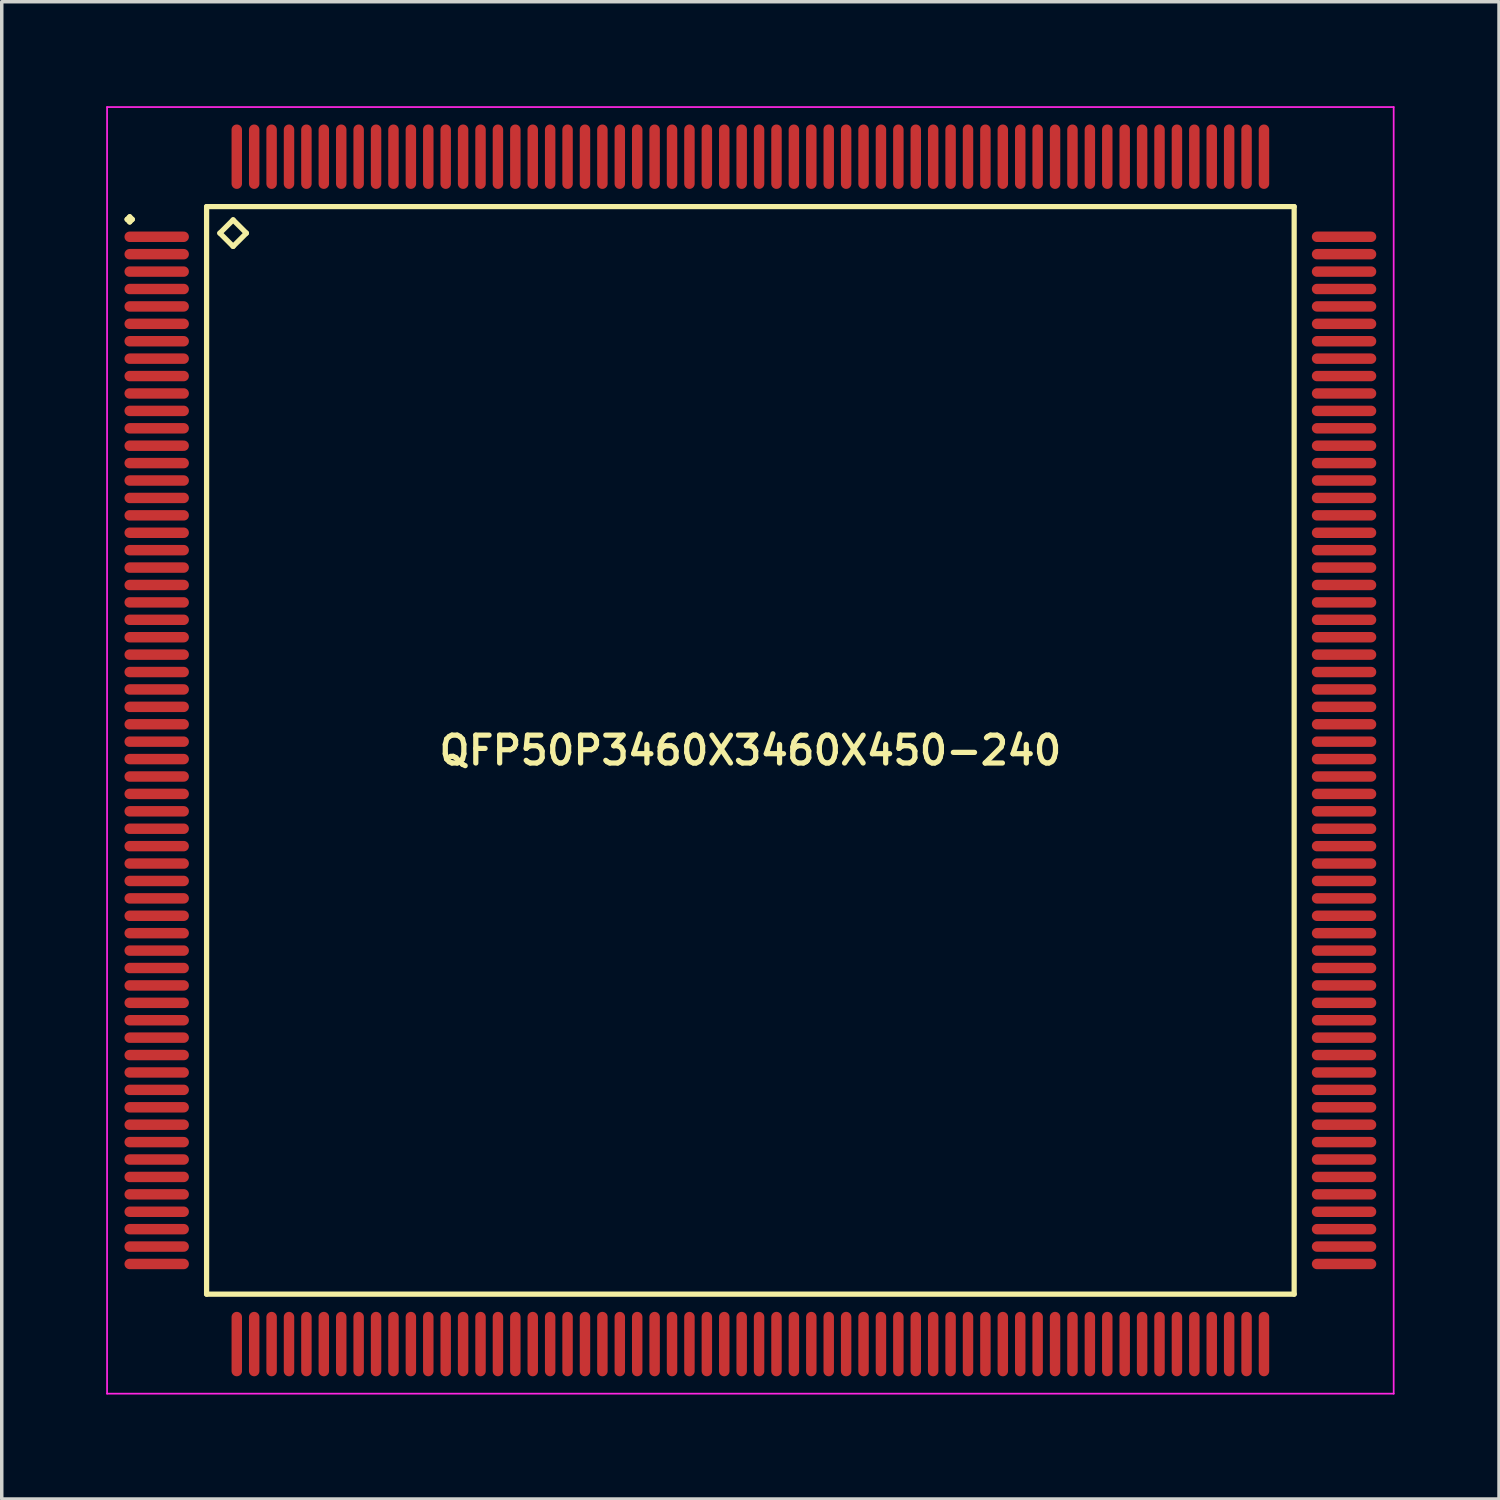
<source format=kicad_pcb>
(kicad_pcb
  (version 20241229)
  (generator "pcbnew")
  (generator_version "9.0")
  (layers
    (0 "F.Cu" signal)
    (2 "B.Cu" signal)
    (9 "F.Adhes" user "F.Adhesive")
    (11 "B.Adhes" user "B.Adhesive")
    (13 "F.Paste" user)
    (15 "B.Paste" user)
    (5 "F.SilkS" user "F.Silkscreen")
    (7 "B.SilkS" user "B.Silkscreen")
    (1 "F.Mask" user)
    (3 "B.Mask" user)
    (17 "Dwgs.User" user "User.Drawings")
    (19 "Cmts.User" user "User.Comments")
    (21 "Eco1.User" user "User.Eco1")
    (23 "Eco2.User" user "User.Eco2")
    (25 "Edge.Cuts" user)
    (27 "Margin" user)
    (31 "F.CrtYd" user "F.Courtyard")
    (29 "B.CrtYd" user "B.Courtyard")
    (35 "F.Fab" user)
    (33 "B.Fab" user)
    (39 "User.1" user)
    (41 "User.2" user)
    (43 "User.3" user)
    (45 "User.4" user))
  (footprint "QFP50P3460X3460X450-240"
    (layer "F.Cu")
    (at 18.5 18.5)
    (property "Reference" "QFP50P3460X3460X450-240" (at 0 0 0) (layer "F.SilkS") (effects (font (size 0.8 0.8) (thickness 0.15))))
    (attr smd)
    (fp_line (start -17.9 -15.25) (end -17.825 -15.325) (stroke (width 0.15) (type solid)) (layer "F.SilkS"))
    (fp_line (start -17.825 -15.325) (end -17.75 -15.25) (stroke (width 0.15) (type solid)) (layer "F.SilkS"))
    (fp_line (start -17.825 -15.175) (end -17.9 -15.25) (stroke (width 0.15) (type solid)) (layer "F.SilkS"))
    (fp_line (start -17.75 -15.25) (end -17.825 -15.175) (stroke (width 0.15) (type solid)) (layer "F.SilkS"))
    (fp_line (start -15.617 -15.617) (end -15.617 15.617) (stroke (width 0.15) (type solid)) (layer "F.SilkS"))
    (fp_line (start -15.617 15.617) (end 15.617 15.617) (stroke (width 0.15) (type solid)) (layer "F.SilkS"))
    (fp_line (start -15.236 -14.855) (end -14.855 -15.236) (stroke (width 0.15) (type solid)) (layer "F.SilkS"))
    (fp_line (start -14.855 -15.236) (end -14.474 -14.855) (stroke (width 0.15) (type solid)) (layer "F.SilkS"))
    (fp_line (start -14.855 -14.474) (end -15.236 -14.855) (stroke (width 0.15) (type solid)) (layer "F.SilkS"))
    (fp_line (start -14.474 -14.855) (end -14.855 -14.474) (stroke (width 0.15) (type solid)) (layer "F.SilkS"))
    (fp_line (start 15.617 -15.617) (end -15.617 -15.617) (stroke (width 0.15) (type solid)) (layer "F.SilkS"))
    (fp_line (start 15.617 15.617) (end 15.617 -15.617) (stroke (width 0.15) (type solid)) (layer "F.SilkS"))
    (fp_line (start -18.475 -18.475) (end 18.475 -18.475) (stroke (width 0.05) (type solid)) (layer "F.CrtYd"))
    (fp_line (start -18.475 18.475) (end -18.475 -18.475) (stroke (width 0.05) (type solid)) (layer "F.CrtYd"))
    (fp_line (start 18.475 -18.475) (end 18.475 18.475) (stroke (width 0.05) (type solid)) (layer "F.CrtYd"))
    (fp_line (start 18.475 18.475) (end -18.475 18.475) (stroke (width 0.05) (type solid)) (layer "F.CrtYd"))
    (pad "1" smd oval (at -17.05 -14.75) (size 1.85 0.3) (layers "F.Cu" "F.Mask" "F.Paste"))
    (pad "2" smd oval (at -17.05 -14.25) (size 1.85 0.3) (layers "F.Cu" "F.Mask" "F.Paste"))
    (pad "3" smd oval (at -17.05 -13.75) (size 1.85 0.3) (layers "F.Cu" "F.Mask" "F.Paste"))
    (pad "4" smd oval (at -17.05 -13.25) (size 1.85 0.3) (layers "F.Cu" "F.Mask" "F.Paste"))
    (pad "5" smd oval (at -17.05 -12.75) (size 1.85 0.3) (layers "F.Cu" "F.Mask" "F.Paste"))
    (pad "6" smd oval (at -17.05 -12.25) (size 1.85 0.3) (layers "F.Cu" "F.Mask" "F.Paste"))
    (pad "7" smd oval (at -17.05 -11.75) (size 1.85 0.3) (layers "F.Cu" "F.Mask" "F.Paste"))
    (pad "8" smd oval (at -17.05 -11.25) (size 1.85 0.3) (layers "F.Cu" "F.Mask" "F.Paste"))
    (pad "9" smd oval (at -17.05 -10.75) (size 1.85 0.3) (layers "F.Cu" "F.Mask" "F.Paste"))
    (pad "10" smd oval (at -17.05 -10.25) (size 1.85 0.3) (layers "F.Cu" "F.Mask" "F.Paste"))
    (pad "11" smd oval (at -17.05 -9.75) (size 1.85 0.3) (layers "F.Cu" "F.Mask" "F.Paste"))
    (pad "12" smd oval (at -17.05 -9.25) (size 1.85 0.3) (layers "F.Cu" "F.Mask" "F.Paste"))
    (pad "13" smd oval (at -17.05 -8.75) (size 1.85 0.3) (layers "F.Cu" "F.Mask" "F.Paste"))
    (pad "14" smd oval (at -17.05 -8.25) (size 1.85 0.3) (layers "F.Cu" "F.Mask" "F.Paste"))
    (pad "15" smd oval (at -17.05 -7.75) (size 1.85 0.3) (layers "F.Cu" "F.Mask" "F.Paste"))
    (pad "16" smd oval (at -17.05 -7.25) (size 1.85 0.3) (layers "F.Cu" "F.Mask" "F.Paste"))
    (pad "17" smd oval (at -17.05 -6.75) (size 1.85 0.3) (layers "F.Cu" "F.Mask" "F.Paste"))
    (pad "18" smd oval (at -17.05 -6.25) (size 1.85 0.3) (layers "F.Cu" "F.Mask" "F.Paste"))
    (pad "19" smd oval (at -17.05 -5.75) (size 1.85 0.3) (layers "F.Cu" "F.Mask" "F.Paste"))
    (pad "20" smd oval (at -17.05 -5.25) (size 1.85 0.3) (layers "F.Cu" "F.Mask" "F.Paste"))
    (pad "21" smd oval (at -17.05 -4.75) (size 1.85 0.3) (layers "F.Cu" "F.Mask" "F.Paste"))
    (pad "22" smd oval (at -17.05 -4.25) (size 1.85 0.3) (layers "F.Cu" "F.Mask" "F.Paste"))
    (pad "23" smd oval (at -17.05 -3.75) (size 1.85 0.3) (layers "F.Cu" "F.Mask" "F.Paste"))
    (pad "24" smd oval (at -17.05 -3.25) (size 1.85 0.3) (layers "F.Cu" "F.Mask" "F.Paste"))
    (pad "25" smd oval (at -17.05 -2.75) (size 1.85 0.3) (layers "F.Cu" "F.Mask" "F.Paste"))
    (pad "26" smd oval (at -17.05 -2.25) (size 1.85 0.3) (layers "F.Cu" "F.Mask" "F.Paste"))
    (pad "27" smd oval (at -17.05 -1.75) (size 1.85 0.3) (layers "F.Cu" "F.Mask" "F.Paste"))
    (pad "28" smd oval (at -17.05 -1.25) (size 1.85 0.3) (layers "F.Cu" "F.Mask" "F.Paste"))
    (pad "29" smd oval (at -17.05 -0.75) (size 1.85 0.3) (layers "F.Cu" "F.Mask" "F.Paste"))
    (pad "30" smd oval (at -17.05 -0.25) (size 1.85 0.3) (layers "F.Cu" "F.Mask" "F.Paste"))
    (pad "31" smd oval (at -17.05 0.25) (size 1.85 0.3) (layers "F.Cu" "F.Mask" "F.Paste"))
    (pad "32" smd oval (at -17.05 0.75) (size 1.85 0.3) (layers "F.Cu" "F.Mask" "F.Paste"))
    (pad "33" smd oval (at -17.05 1.25) (size 1.85 0.3) (layers "F.Cu" "F.Mask" "F.Paste"))
    (pad "34" smd oval (at -17.05 1.75) (size 1.85 0.3) (layers "F.Cu" "F.Mask" "F.Paste"))
    (pad "35" smd oval (at -17.05 2.25) (size 1.85 0.3) (layers "F.Cu" "F.Mask" "F.Paste"))
    (pad "36" smd oval (at -17.05 2.75) (size 1.85 0.3) (layers "F.Cu" "F.Mask" "F.Paste"))
    (pad "37" smd oval (at -17.05 3.25) (size 1.85 0.3) (layers "F.Cu" "F.Mask" "F.Paste"))
    (pad "38" smd oval (at -17.05 3.75) (size 1.85 0.3) (layers "F.Cu" "F.Mask" "F.Paste"))
    (pad "39" smd oval (at -17.05 4.25) (size 1.85 0.3) (layers "F.Cu" "F.Mask" "F.Paste"))
    (pad "40" smd oval (at -17.05 4.75) (size 1.85 0.3) (layers "F.Cu" "F.Mask" "F.Paste"))
    (pad "41" smd oval (at -17.05 5.25) (size 1.85 0.3) (layers "F.Cu" "F.Mask" "F.Paste"))
    (pad "42" smd oval (at -17.05 5.75) (size 1.85 0.3) (layers "F.Cu" "F.Mask" "F.Paste"))
    (pad "43" smd oval (at -17.05 6.25) (size 1.85 0.3) (layers "F.Cu" "F.Mask" "F.Paste"))
    (pad "44" smd oval (at -17.05 6.75) (size 1.85 0.3) (layers "F.Cu" "F.Mask" "F.Paste"))
    (pad "45" smd oval (at -17.05 7.25) (size 1.85 0.3) (layers "F.Cu" "F.Mask" "F.Paste"))
    (pad "46" smd oval (at -17.05 7.75) (size 1.85 0.3) (layers "F.Cu" "F.Mask" "F.Paste"))
    (pad "47" smd oval (at -17.05 8.25) (size 1.85 0.3) (layers "F.Cu" "F.Mask" "F.Paste"))
    (pad "48" smd oval (at -17.05 8.75) (size 1.85 0.3) (layers "F.Cu" "F.Mask" "F.Paste"))
    (pad "49" smd oval (at -17.05 9.25) (size 1.85 0.3) (layers "F.Cu" "F.Mask" "F.Paste"))
    (pad "50" smd oval (at -17.05 9.75) (size 1.85 0.3) (layers "F.Cu" "F.Mask" "F.Paste"))
    (pad "51" smd oval (at -17.05 10.25) (size 1.85 0.3) (layers "F.Cu" "F.Mask" "F.Paste"))
    (pad "52" smd oval (at -17.05 10.75) (size 1.85 0.3) (layers "F.Cu" "F.Mask" "F.Paste"))
    (pad "53" smd oval (at -17.05 11.25) (size 1.85 0.3) (layers "F.Cu" "F.Mask" "F.Paste"))
    (pad "54" smd oval (at -17.05 11.75) (size 1.85 0.3) (layers "F.Cu" "F.Mask" "F.Paste"))
    (pad "55" smd oval (at -17.05 12.25) (size 1.85 0.3) (layers "F.Cu" "F.Mask" "F.Paste"))
    (pad "56" smd oval (at -17.05 12.75) (size 1.85 0.3) (layers "F.Cu" "F.Mask" "F.Paste"))
    (pad "57" smd oval (at -17.05 13.25) (size 1.85 0.3) (layers "F.Cu" "F.Mask" "F.Paste"))
    (pad "58" smd oval (at -17.05 13.75) (size 1.85 0.3) (layers "F.Cu" "F.Mask" "F.Paste"))
    (pad "59" smd oval (at -17.05 14.25) (size 1.85 0.3) (layers "F.Cu" "F.Mask" "F.Paste"))
    (pad "60" smd oval (at -17.05 14.75) (size 1.85 0.3) (layers "F.Cu" "F.Mask" "F.Paste"))
    (pad "61" smd oval (at -14.75 17.05) (size 0.3 1.85) (layers "F.Cu" "F.Mask" "F.Paste"))
    (pad "62" smd oval (at -14.25 17.05) (size 0.3 1.85) (layers "F.Cu" "F.Mask" "F.Paste"))
    (pad "63" smd oval (at -13.75 17.05) (size 0.3 1.85) (layers "F.Cu" "F.Mask" "F.Paste"))
    (pad "64" smd oval (at -13.25 17.05) (size 0.3 1.85) (layers "F.Cu" "F.Mask" "F.Paste"))
    (pad "65" smd oval (at -12.75 17.05) (size 0.3 1.85) (layers "F.Cu" "F.Mask" "F.Paste"))
    (pad "66" smd oval (at -12.25 17.05) (size 0.3 1.85) (layers "F.Cu" "F.Mask" "F.Paste"))
    (pad "67" smd oval (at -11.75 17.05) (size 0.3 1.85) (layers "F.Cu" "F.Mask" "F.Paste"))
    (pad "68" smd oval (at -11.25 17.05) (size 0.3 1.85) (layers "F.Cu" "F.Mask" "F.Paste"))
    (pad "69" smd oval (at -10.75 17.05) (size 0.3 1.85) (layers "F.Cu" "F.Mask" "F.Paste"))
    (pad "70" smd oval (at -10.25 17.05) (size 0.3 1.85) (layers "F.Cu" "F.Mask" "F.Paste"))
    (pad "71" smd oval (at -9.75 17.05) (size 0.3 1.85) (layers "F.Cu" "F.Mask" "F.Paste"))
    (pad "72" smd oval (at -9.25 17.05) (size 0.3 1.85) (layers "F.Cu" "F.Mask" "F.Paste"))
    (pad "73" smd oval (at -8.75 17.05) (size 0.3 1.85) (layers "F.Cu" "F.Mask" "F.Paste"))
    (pad "74" smd oval (at -8.25 17.05) (size 0.3 1.85) (layers "F.Cu" "F.Mask" "F.Paste"))
    (pad "75" smd oval (at -7.75 17.05) (size 0.3 1.85) (layers "F.Cu" "F.Mask" "F.Paste"))
    (pad "76" smd oval (at -7.25 17.05) (size 0.3 1.85) (layers "F.Cu" "F.Mask" "F.Paste"))
    (pad "77" smd oval (at -6.75 17.05) (size 0.3 1.85) (layers "F.Cu" "F.Mask" "F.Paste"))
    (pad "78" smd oval (at -6.25 17.05) (size 0.3 1.85) (layers "F.Cu" "F.Mask" "F.Paste"))
    (pad "79" smd oval (at -5.75 17.05) (size 0.3 1.85) (layers "F.Cu" "F.Mask" "F.Paste"))
    (pad "80" smd oval (at -5.25 17.05) (size 0.3 1.85) (layers "F.Cu" "F.Mask" "F.Paste"))
    (pad "81" smd oval (at -4.75 17.05) (size 0.3 1.85) (layers "F.Cu" "F.Mask" "F.Paste"))
    (pad "82" smd oval (at -4.25 17.05) (size 0.3 1.85) (layers "F.Cu" "F.Mask" "F.Paste"))
    (pad "83" smd oval (at -3.75 17.05) (size 0.3 1.85) (layers "F.Cu" "F.Mask" "F.Paste"))
    (pad "84" smd oval (at -3.25 17.05) (size 0.3 1.85) (layers "F.Cu" "F.Mask" "F.Paste"))
    (pad "85" smd oval (at -2.75 17.05) (size 0.3 1.85) (layers "F.Cu" "F.Mask" "F.Paste"))
    (pad "86" smd oval (at -2.25 17.05) (size 0.3 1.85) (layers "F.Cu" "F.Mask" "F.Paste"))
    (pad "87" smd oval (at -1.75 17.05) (size 0.3 1.85) (layers "F.Cu" "F.Mask" "F.Paste"))
    (pad "88" smd oval (at -1.25 17.05) (size 0.3 1.85) (layers "F.Cu" "F.Mask" "F.Paste"))
    (pad "89" smd oval (at -0.75 17.05) (size 0.3 1.85) (layers "F.Cu" "F.Mask" "F.Paste"))
    (pad "90" smd oval (at -0.25 17.05) (size 0.3 1.85) (layers "F.Cu" "F.Mask" "F.Paste"))
    (pad "91" smd oval (at 0.25 17.05) (size 0.3 1.85) (layers "F.Cu" "F.Mask" "F.Paste"))
    (pad "92" smd oval (at 0.75 17.05) (size 0.3 1.85) (layers "F.Cu" "F.Mask" "F.Paste"))
    (pad "93" smd oval (at 1.25 17.05) (size 0.3 1.85) (layers "F.Cu" "F.Mask" "F.Paste"))
    (pad "94" smd oval (at 1.75 17.05) (size 0.3 1.85) (layers "F.Cu" "F.Mask" "F.Paste"))
    (pad "95" smd oval (at 2.25 17.05) (size 0.3 1.85) (layers "F.Cu" "F.Mask" "F.Paste"))
    (pad "96" smd oval (at 2.75 17.05) (size 0.3 1.85) (layers "F.Cu" "F.Mask" "F.Paste"))
    (pad "97" smd oval (at 3.25 17.05) (size 0.3 1.85) (layers "F.Cu" "F.Mask" "F.Paste"))
    (pad "98" smd oval (at 3.75 17.05) (size 0.3 1.85) (layers "F.Cu" "F.Mask" "F.Paste"))
    (pad "99" smd oval (at 4.25 17.05) (size 0.3 1.85) (layers "F.Cu" "F.Mask" "F.Paste"))
    (pad "100" smd oval (at 4.75 17.05) (size 0.3 1.85) (layers "F.Cu" "F.Mask" "F.Paste"))
    (pad "101" smd oval (at 5.25 17.05) (size 0.3 1.85) (layers "F.Cu" "F.Mask" "F.Paste"))
    (pad "102" smd oval (at 5.75 17.05) (size 0.3 1.85) (layers "F.Cu" "F.Mask" "F.Paste"))
    (pad "103" smd oval (at 6.25 17.05) (size 0.3 1.85) (layers "F.Cu" "F.Mask" "F.Paste"))
    (pad "104" smd oval (at 6.75 17.05) (size 0.3 1.85) (layers "F.Cu" "F.Mask" "F.Paste"))
    (pad "105" smd oval (at 7.25 17.05) (size 0.3 1.85) (layers "F.Cu" "F.Mask" "F.Paste"))
    (pad "106" smd oval (at 7.75 17.05) (size 0.3 1.85) (layers "F.Cu" "F.Mask" "F.Paste"))
    (pad "107" smd oval (at 8.25 17.05) (size 0.3 1.85) (layers "F.Cu" "F.Mask" "F.Paste"))
    (pad "108" smd oval (at 8.75 17.05) (size 0.3 1.85) (layers "F.Cu" "F.Mask" "F.Paste"))
    (pad "109" smd oval (at 9.25 17.05) (size 0.3 1.85) (layers "F.Cu" "F.Mask" "F.Paste"))
    (pad "110" smd oval (at 9.75 17.05) (size 0.3 1.85) (layers "F.Cu" "F.Mask" "F.Paste"))
    (pad "111" smd oval (at 10.25 17.05) (size 0.3 1.85) (layers "F.Cu" "F.Mask" "F.Paste"))
    (pad "112" smd oval (at 10.75 17.05) (size 0.3 1.85) (layers "F.Cu" "F.Mask" "F.Paste"))
    (pad "113" smd oval (at 11.25 17.05) (size 0.3 1.85) (layers "F.Cu" "F.Mask" "F.Paste"))
    (pad "114" smd oval (at 11.75 17.05) (size 0.3 1.85) (layers "F.Cu" "F.Mask" "F.Paste"))
    (pad "115" smd oval (at 12.25 17.05) (size 0.3 1.85) (layers "F.Cu" "F.Mask" "F.Paste"))
    (pad "116" smd oval (at 12.75 17.05) (size 0.3 1.85) (layers "F.Cu" "F.Mask" "F.Paste"))
    (pad "117" smd oval (at 13.25 17.05) (size 0.3 1.85) (layers "F.Cu" "F.Mask" "F.Paste"))
    (pad "118" smd oval (at 13.75 17.05) (size 0.3 1.85) (layers "F.Cu" "F.Mask" "F.Paste"))
    (pad "119" smd oval (at 14.25 17.05) (size 0.3 1.85) (layers "F.Cu" "F.Mask" "F.Paste"))
    (pad "120" smd oval (at 14.75 17.05) (size 0.3 1.85) (layers "F.Cu" "F.Mask" "F.Paste"))
    (pad "121" smd oval (at 17.05 14.75) (size 1.85 0.3) (layers "F.Cu" "F.Mask" "F.Paste"))
    (pad "122" smd oval (at 17.05 14.25) (size 1.85 0.3) (layers "F.Cu" "F.Mask" "F.Paste"))
    (pad "123" smd oval (at 17.05 13.75) (size 1.85 0.3) (layers "F.Cu" "F.Mask" "F.Paste"))
    (pad "124" smd oval (at 17.05 13.25) (size 1.85 0.3) (layers "F.Cu" "F.Mask" "F.Paste"))
    (pad "125" smd oval (at 17.05 12.75) (size 1.85 0.3) (layers "F.Cu" "F.Mask" "F.Paste"))
    (pad "126" smd oval (at 17.05 12.25) (size 1.85 0.3) (layers "F.Cu" "F.Mask" "F.Paste"))
    (pad "127" smd oval (at 17.05 11.75) (size 1.85 0.3) (layers "F.Cu" "F.Mask" "F.Paste"))
    (pad "128" smd oval (at 17.05 11.25) (size 1.85 0.3) (layers "F.Cu" "F.Mask" "F.Paste"))
    (pad "129" smd oval (at 17.05 10.75) (size 1.85 0.3) (layers "F.Cu" "F.Mask" "F.Paste"))
    (pad "130" smd oval (at 17.05 10.25) (size 1.85 0.3) (layers "F.Cu" "F.Mask" "F.Paste"))
    (pad "131" smd oval (at 17.05 9.75) (size 1.85 0.3) (layers "F.Cu" "F.Mask" "F.Paste"))
    (pad "132" smd oval (at 17.05 9.25) (size 1.85 0.3) (layers "F.Cu" "F.Mask" "F.Paste"))
    (pad "133" smd oval (at 17.05 8.75) (size 1.85 0.3) (layers "F.Cu" "F.Mask" "F.Paste"))
    (pad "134" smd oval (at 17.05 8.25) (size 1.85 0.3) (layers "F.Cu" "F.Mask" "F.Paste"))
    (pad "135" smd oval (at 17.05 7.75) (size 1.85 0.3) (layers "F.Cu" "F.Mask" "F.Paste"))
    (pad "136" smd oval (at 17.05 7.25) (size 1.85 0.3) (layers "F.Cu" "F.Mask" "F.Paste"))
    (pad "137" smd oval (at 17.05 6.75) (size 1.85 0.3) (layers "F.Cu" "F.Mask" "F.Paste"))
    (pad "138" smd oval (at 17.05 6.25) (size 1.85 0.3) (layers "F.Cu" "F.Mask" "F.Paste"))
    (pad "139" smd oval (at 17.05 5.75) (size 1.85 0.3) (layers "F.Cu" "F.Mask" "F.Paste"))
    (pad "140" smd oval (at 17.05 5.25) (size 1.85 0.3) (layers "F.Cu" "F.Mask" "F.Paste"))
    (pad "141" smd oval (at 17.05 4.75) (size 1.85 0.3) (layers "F.Cu" "F.Mask" "F.Paste"))
    (pad "142" smd oval (at 17.05 4.25) (size 1.85 0.3) (layers "F.Cu" "F.Mask" "F.Paste"))
    (pad "143" smd oval (at 17.05 3.75) (size 1.85 0.3) (layers "F.Cu" "F.Mask" "F.Paste"))
    (pad "144" smd oval (at 17.05 3.25) (size 1.85 0.3) (layers "F.Cu" "F.Mask" "F.Paste"))
    (pad "145" smd oval (at 17.05 2.75) (size 1.85 0.3) (layers "F.Cu" "F.Mask" "F.Paste"))
    (pad "146" smd oval (at 17.05 2.25) (size 1.85 0.3) (layers "F.Cu" "F.Mask" "F.Paste"))
    (pad "147" smd oval (at 17.05 1.75) (size 1.85 0.3) (layers "F.Cu" "F.Mask" "F.Paste"))
    (pad "148" smd oval (at 17.05 1.25) (size 1.85 0.3) (layers "F.Cu" "F.Mask" "F.Paste"))
    (pad "149" smd oval (at 17.05 0.75) (size 1.85 0.3) (layers "F.Cu" "F.Mask" "F.Paste"))
    (pad "150" smd oval (at 17.05 0.25) (size 1.85 0.3) (layers "F.Cu" "F.Mask" "F.Paste"))
    (pad "151" smd oval (at 17.05 -0.25) (size 1.85 0.3) (layers "F.Cu" "F.Mask" "F.Paste"))
    (pad "152" smd oval (at 17.05 -0.75) (size 1.85 0.3) (layers "F.Cu" "F.Mask" "F.Paste"))
    (pad "153" smd oval (at 17.05 -1.25) (size 1.85 0.3) (layers "F.Cu" "F.Mask" "F.Paste"))
    (pad "154" smd oval (at 17.05 -1.75) (size 1.85 0.3) (layers "F.Cu" "F.Mask" "F.Paste"))
    (pad "155" smd oval (at 17.05 -2.25) (size 1.85 0.3) (layers "F.Cu" "F.Mask" "F.Paste"))
    (pad "156" smd oval (at 17.05 -2.75) (size 1.85 0.3) (layers "F.Cu" "F.Mask" "F.Paste"))
    (pad "157" smd oval (at 17.05 -3.25) (size 1.85 0.3) (layers "F.Cu" "F.Mask" "F.Paste"))
    (pad "158" smd oval (at 17.05 -3.75) (size 1.85 0.3) (layers "F.Cu" "F.Mask" "F.Paste"))
    (pad "159" smd oval (at 17.05 -4.25) (size 1.85 0.3) (layers "F.Cu" "F.Mask" "F.Paste"))
    (pad "160" smd oval (at 17.05 -4.75) (size 1.85 0.3) (layers "F.Cu" "F.Mask" "F.Paste"))
    (pad "161" smd oval (at 17.05 -5.25) (size 1.85 0.3) (layers "F.Cu" "F.Mask" "F.Paste"))
    (pad "162" smd oval (at 17.05 -5.75) (size 1.85 0.3) (layers "F.Cu" "F.Mask" "F.Paste"))
    (pad "163" smd oval (at 17.05 -6.25) (size 1.85 0.3) (layers "F.Cu" "F.Mask" "F.Paste"))
    (pad "164" smd oval (at 17.05 -6.75) (size 1.85 0.3) (layers "F.Cu" "F.Mask" "F.Paste"))
    (pad "165" smd oval (at 17.05 -7.25) (size 1.85 0.3) (layers "F.Cu" "F.Mask" "F.Paste"))
    (pad "166" smd oval (at 17.05 -7.75) (size 1.85 0.3) (layers "F.Cu" "F.Mask" "F.Paste"))
    (pad "167" smd oval (at 17.05 -8.25) (size 1.85 0.3) (layers "F.Cu" "F.Mask" "F.Paste"))
    (pad "168" smd oval (at 17.05 -8.75) (size 1.85 0.3) (layers "F.Cu" "F.Mask" "F.Paste"))
    (pad "169" smd oval (at 17.05 -9.25) (size 1.85 0.3) (layers "F.Cu" "F.Mask" "F.Paste"))
    (pad "170" smd oval (at 17.05 -9.75) (size 1.85 0.3) (layers "F.Cu" "F.Mask" "F.Paste"))
    (pad "171" smd oval (at 17.05 -10.25) (size 1.85 0.3) (layers "F.Cu" "F.Mask" "F.Paste"))
    (pad "172" smd oval (at 17.05 -10.75) (size 1.85 0.3) (layers "F.Cu" "F.Mask" "F.Paste"))
    (pad "173" smd oval (at 17.05 -11.25) (size 1.85 0.3) (layers "F.Cu" "F.Mask" "F.Paste"))
    (pad "174" smd oval (at 17.05 -11.75) (size 1.85 0.3) (layers "F.Cu" "F.Mask" "F.Paste"))
    (pad "175" smd oval (at 17.05 -12.25) (size 1.85 0.3) (layers "F.Cu" "F.Mask" "F.Paste"))
    (pad "176" smd oval (at 17.05 -12.75) (size 1.85 0.3) (layers "F.Cu" "F.Mask" "F.Paste"))
    (pad "177" smd oval (at 17.05 -13.25) (size 1.85 0.3) (layers "F.Cu" "F.Mask" "F.Paste"))
    (pad "178" smd oval (at 17.05 -13.75) (size 1.85 0.3) (layers "F.Cu" "F.Mask" "F.Paste"))
    (pad "179" smd oval (at 17.05 -14.25) (size 1.85 0.3) (layers "F.Cu" "F.Mask" "F.Paste"))
    (pad "180" smd oval (at 17.05 -14.75) (size 1.85 0.3) (layers "F.Cu" "F.Mask" "F.Paste"))
    (pad "181" smd oval (at 14.75 -17.05) (size 0.3 1.85) (layers "F.Cu" "F.Mask" "F.Paste"))
    (pad "182" smd oval (at 14.25 -17.05) (size 0.3 1.85) (layers "F.Cu" "F.Mask" "F.Paste"))
    (pad "183" smd oval (at 13.75 -17.05) (size 0.3 1.85) (layers "F.Cu" "F.Mask" "F.Paste"))
    (pad "184" smd oval (at 13.25 -17.05) (size 0.3 1.85) (layers "F.Cu" "F.Mask" "F.Paste"))
    (pad "185" smd oval (at 12.75 -17.05) (size 0.3 1.85) (layers "F.Cu" "F.Mask" "F.Paste"))
    (pad "186" smd oval (at 12.25 -17.05) (size 0.3 1.85) (layers "F.Cu" "F.Mask" "F.Paste"))
    (pad "187" smd oval (at 11.75 -17.05) (size 0.3 1.85) (layers "F.Cu" "F.Mask" "F.Paste"))
    (pad "188" smd oval (at 11.25 -17.05) (size 0.3 1.85) (layers "F.Cu" "F.Mask" "F.Paste"))
    (pad "189" smd oval (at 10.75 -17.05) (size 0.3 1.85) (layers "F.Cu" "F.Mask" "F.Paste"))
    (pad "190" smd oval (at 10.25 -17.05) (size 0.3 1.85) (layers "F.Cu" "F.Mask" "F.Paste"))
    (pad "191" smd oval (at 9.75 -17.05) (size 0.3 1.85) (layers "F.Cu" "F.Mask" "F.Paste"))
    (pad "192" smd oval (at 9.25 -17.05) (size 0.3 1.85) (layers "F.Cu" "F.Mask" "F.Paste"))
    (pad "193" smd oval (at 8.75 -17.05) (size 0.3 1.85) (layers "F.Cu" "F.Mask" "F.Paste"))
    (pad "194" smd oval (at 8.25 -17.05) (size 0.3 1.85) (layers "F.Cu" "F.Mask" "F.Paste"))
    (pad "195" smd oval (at 7.75 -17.05) (size 0.3 1.85) (layers "F.Cu" "F.Mask" "F.Paste"))
    (pad "196" smd oval (at 7.25 -17.05) (size 0.3 1.85) (layers "F.Cu" "F.Mask" "F.Paste"))
    (pad "197" smd oval (at 6.75 -17.05) (size 0.3 1.85) (layers "F.Cu" "F.Mask" "F.Paste"))
    (pad "198" smd oval (at 6.25 -17.05) (size 0.3 1.85) (layers "F.Cu" "F.Mask" "F.Paste"))
    (pad "199" smd oval (at 5.75 -17.05) (size 0.3 1.85) (layers "F.Cu" "F.Mask" "F.Paste"))
    (pad "200" smd oval (at 5.25 -17.05) (size 0.3 1.85) (layers "F.Cu" "F.Mask" "F.Paste"))
    (pad "201" smd oval (at 4.75 -17.05) (size 0.3 1.85) (layers "F.Cu" "F.Mask" "F.Paste"))
    (pad "202" smd oval (at 4.25 -17.05) (size 0.3 1.85) (layers "F.Cu" "F.Mask" "F.Paste"))
    (pad "203" smd oval (at 3.75 -17.05) (size 0.3 1.85) (layers "F.Cu" "F.Mask" "F.Paste"))
    (pad "204" smd oval (at 3.25 -17.05) (size 0.3 1.85) (layers "F.Cu" "F.Mask" "F.Paste"))
    (pad "205" smd oval (at 2.75 -17.05) (size 0.3 1.85) (layers "F.Cu" "F.Mask" "F.Paste"))
    (pad "206" smd oval (at 2.25 -17.05) (size 0.3 1.85) (layers "F.Cu" "F.Mask" "F.Paste"))
    (pad "207" smd oval (at 1.75 -17.05) (size 0.3 1.85) (layers "F.Cu" "F.Mask" "F.Paste"))
    (pad "208" smd oval (at 1.25 -17.05) (size 0.3 1.85) (layers "F.Cu" "F.Mask" "F.Paste"))
    (pad "209" smd oval (at 0.75 -17.05) (size 0.3 1.85) (layers "F.Cu" "F.Mask" "F.Paste"))
    (pad "210" smd oval (at 0.25 -17.05) (size 0.3 1.85) (layers "F.Cu" "F.Mask" "F.Paste"))
    (pad "211" smd oval (at -0.25 -17.05) (size 0.3 1.85) (layers "F.Cu" "F.Mask" "F.Paste"))
    (pad "212" smd oval (at -0.75 -17.05) (size 0.3 1.85) (layers "F.Cu" "F.Mask" "F.Paste"))
    (pad "213" smd oval (at -1.25 -17.05) (size 0.3 1.85) (layers "F.Cu" "F.Mask" "F.Paste"))
    (pad "214" smd oval (at -1.75 -17.05) (size 0.3 1.85) (layers "F.Cu" "F.Mask" "F.Paste"))
    (pad "215" smd oval (at -2.25 -17.05) (size 0.3 1.85) (layers "F.Cu" "F.Mask" "F.Paste"))
    (pad "216" smd oval (at -2.75 -17.05) (size 0.3 1.85) (layers "F.Cu" "F.Mask" "F.Paste"))
    (pad "217" smd oval (at -3.25 -17.05) (size 0.3 1.85) (layers "F.Cu" "F.Mask" "F.Paste"))
    (pad "218" smd oval (at -3.75 -17.05) (size 0.3 1.85) (layers "F.Cu" "F.Mask" "F.Paste"))
    (pad "219" smd oval (at -4.25 -17.05) (size 0.3 1.85) (layers "F.Cu" "F.Mask" "F.Paste"))
    (pad "220" smd oval (at -4.75 -17.05) (size 0.3 1.85) (layers "F.Cu" "F.Mask" "F.Paste"))
    (pad "221" smd oval (at -5.25 -17.05) (size 0.3 1.85) (layers "F.Cu" "F.Mask" "F.Paste"))
    (pad "222" smd oval (at -5.75 -17.05) (size 0.3 1.85) (layers "F.Cu" "F.Mask" "F.Paste"))
    (pad "223" smd oval (at -6.25 -17.05) (size 0.3 1.85) (layers "F.Cu" "F.Mask" "F.Paste"))
    (pad "224" smd oval (at -6.75 -17.05) (size 0.3 1.85) (layers "F.Cu" "F.Mask" "F.Paste"))
    (pad "225" smd oval (at -7.25 -17.05) (size 0.3 1.85) (layers "F.Cu" "F.Mask" "F.Paste"))
    (pad "226" smd oval (at -7.75 -17.05) (size 0.3 1.85) (layers "F.Cu" "F.Mask" "F.Paste"))
    (pad "227" smd oval (at -8.25 -17.05) (size 0.3 1.85) (layers "F.Cu" "F.Mask" "F.Paste"))
    (pad "228" smd oval (at -8.75 -17.05) (size 0.3 1.85) (layers "F.Cu" "F.Mask" "F.Paste"))
    (pad "229" smd oval (at -9.25 -17.05) (size 0.3 1.85) (layers "F.Cu" "F.Mask" "F.Paste"))
    (pad "230" smd oval (at -9.75 -17.05) (size 0.3 1.85) (layers "F.Cu" "F.Mask" "F.Paste"))
    (pad "231" smd oval (at -10.25 -17.05) (size 0.3 1.85) (layers "F.Cu" "F.Mask" "F.Paste"))
    (pad "232" smd oval (at -10.75 -17.05) (size 0.3 1.85) (layers "F.Cu" "F.Mask" "F.Paste"))
    (pad "233" smd oval (at -11.25 -17.05) (size 0.3 1.85) (layers "F.Cu" "F.Mask" "F.Paste"))
    (pad "234" smd oval (at -11.75 -17.05) (size 0.3 1.85) (layers "F.Cu" "F.Mask" "F.Paste"))
    (pad "235" smd oval (at -12.25 -17.05) (size 0.3 1.85) (layers "F.Cu" "F.Mask" "F.Paste"))
    (pad "236" smd oval (at -12.75 -17.05) (size 0.3 1.85) (layers "F.Cu" "F.Mask" "F.Paste"))
    (pad "237" smd oval (at -13.25 -17.05) (size 0.3 1.85) (layers "F.Cu" "F.Mask" "F.Paste"))
    (pad "238" smd oval (at -13.75 -17.05) (size 0.3 1.85) (layers "F.Cu" "F.Mask" "F.Paste"))
    (pad "239" smd oval (at -14.25 -17.05) (size 0.3 1.85) (layers "F.Cu" "F.Mask" "F.Paste"))
    (pad "240" smd oval (at -14.75 -17.05) (size 0.3 1.85) (layers "F.Cu" "F.Mask" "F.Paste")))
  (gr_rect
    (start -3 -3)
    (end 40 40)
    (stroke (width 0.1) (type default))
    (fill no)
    (layer "Edge.Cuts")))
</source>
